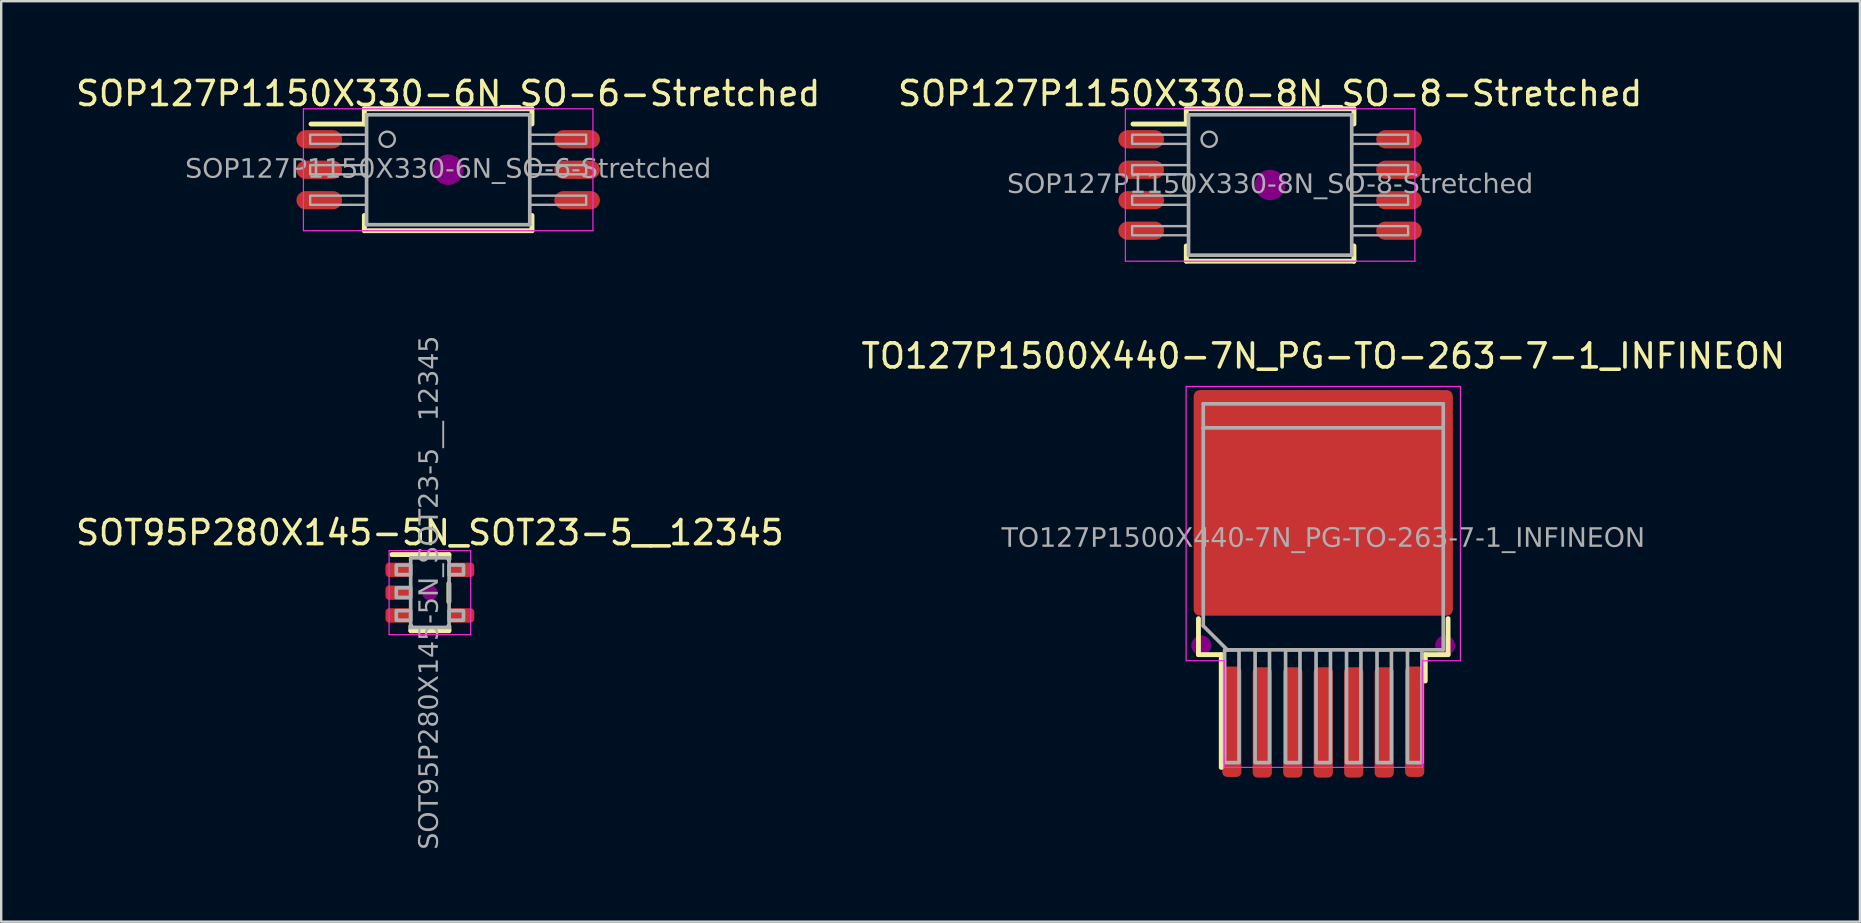
<source format=kicad_pcb>
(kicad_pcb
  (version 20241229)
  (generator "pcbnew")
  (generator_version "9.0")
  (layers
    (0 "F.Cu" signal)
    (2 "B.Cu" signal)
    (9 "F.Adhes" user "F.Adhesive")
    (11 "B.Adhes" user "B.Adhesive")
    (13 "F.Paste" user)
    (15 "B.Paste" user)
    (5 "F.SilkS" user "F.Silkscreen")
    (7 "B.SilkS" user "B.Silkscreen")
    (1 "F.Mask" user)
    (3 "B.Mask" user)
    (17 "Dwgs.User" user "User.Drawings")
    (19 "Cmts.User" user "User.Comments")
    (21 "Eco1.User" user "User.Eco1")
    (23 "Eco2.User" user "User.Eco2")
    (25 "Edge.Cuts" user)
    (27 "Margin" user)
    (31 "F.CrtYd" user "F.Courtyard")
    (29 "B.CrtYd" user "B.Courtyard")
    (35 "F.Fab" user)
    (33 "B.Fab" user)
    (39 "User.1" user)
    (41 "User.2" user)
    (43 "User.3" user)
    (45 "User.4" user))
  (footprint "TO127P1500X440-7N_PG-TO-263-7-1_INFINEON"
    (layer "F.Cu")
    (at 52.089 19.403)
    (property "Reference" "TO127P1500X440-7N_PG-TO-263-7-1_INFINEON" (at 0 -7.62 0) (layer "F.SilkS") (effects (font (size 1 1) (thickness 0.15))))
    (attr smd)
    (fp_line (start -5.2 3.325) (end -5.2 4.825) (stroke (width 0.203) (type solid)) (layer "F.SilkS"))
    (fp_line (start -5.2 4.825) (end -4.25 4.825) (stroke (width 0.203) (type solid)) (layer "F.SilkS"))
    (fp_line (start -4.25 4.825) (end -4.25 9.525) (stroke (width 0.203) (type solid)) (layer "F.SilkS"))
    (fp_line (start 4.25 4.825) (end 4.25 5.925) (stroke (width 0.203) (type solid)) (layer "F.SilkS"))
    (fp_line (start 5.2 3.325) (end 5.2 4.825) (stroke (width 0.203) (type solid)) (layer "F.SilkS"))
    (fp_line (start 5.2 4.825) (end 4.25 4.825) (stroke (width 0.203) (type solid)) (layer "F.SilkS"))
    (fp_circle (center -5.08 4.445) (end -4.763 4.445) (stroke (width 0.203) (type solid)) (fill yes) (layer "F.Adhes"))
    (fp_circle (center 5.08 4.445) (end 5.397 4.445) (stroke (width 0.203) (type solid)) (fill yes) (layer "F.Adhes"))
    (fp_line (start -5.715 -6.35) (end 5.715 -6.35) (stroke (width 0.05) (type default)) (layer "F.CrtYd"))
    (fp_line (start -5.715 5.08) (end -5.715 -6.35) (stroke (width 0.05) (type default)) (layer "F.CrtYd"))
    (fp_line (start -4.128 5.08) (end -5.715 5.08) (stroke (width 0.05) (type default)) (layer "F.CrtYd"))
    (fp_line (start -4.128 9.525) (end -4.128 5.08) (stroke (width 0.05) (type default)) (layer "F.CrtYd"))
    (fp_line (start 4.128 5.08) (end 4.128 9.525) (stroke (width 0.05) (type default)) (layer "F.CrtYd"))
    (fp_line (start 4.128 9.525) (end -4.128 9.525) (stroke (width 0.05) (type default)) (layer "F.CrtYd"))
    (fp_line (start 4.445 5.08) (end 4.128 5.08) (stroke (width 0.05) (type default)) (layer "F.CrtYd"))
    (fp_line (start 5.715 -6.35) (end 5.715 5.08) (stroke (width 0.05) (type default)) (layer "F.CrtYd"))
    (fp_line (start 5.715 5.08) (end 4.445 5.08) (stroke (width 0.05) (type default)) (layer "F.CrtYd"))
    (fp_line (start -5 -5.625) (end 5 -5.625) (stroke (width 0.152) (type solid)) (layer "F.Fab"))
    (fp_line (start -5 -4.625) (end -5 -5.625) (stroke (width 0.152) (type solid)) (layer "F.Fab"))
    (fp_line (start -5 -4.625) (end 5 -4.625) (stroke (width 0.152) (type solid)) (layer "F.Fab"))
    (fp_line (start -5 3.625) (end -5 -4.625) (stroke (width 0.152) (type solid)) (layer "F.Fab"))
    (fp_line (start -4 4.625) (end -5 3.625) (stroke (width 0.152) (type solid)) (layer "F.Fab"))
    (fp_line (start 5 -5.625) (end 5 -4.625) (stroke (width 0.152) (type solid)) (layer "F.Fab"))
    (fp_line (start 5 -4.625) (end 5 4.625) (stroke (width 0.152) (type solid)) (layer "F.Fab"))
    (fp_line (start 5 4.625) (end -4 4.625) (stroke (width 0.152) (type solid)) (layer "F.Fab"))
    (fp_rect (start -4.11 4.625) (end -3.51 9.325) (stroke (width 0.152) (type solid)) (fill no) (layer "F.Fab"))
    (fp_rect (start -2.84 4.625) (end -2.24 9.325) (stroke (width 0.152) (type solid)) (fill no) (layer "F.Fab"))
    (fp_rect (start -1.57 4.625) (end -0.97 9.325) (stroke (width 0.152) (type solid)) (fill no) (layer "F.Fab"))
    (fp_rect (start -0.3 4.625) (end 0.3 9.325) (stroke (width 0.152) (type solid)) (fill no) (layer "F.Fab"))
    (fp_rect (start 0.97 4.625) (end 1.57 9.325) (stroke (width 0.152) (type solid)) (fill no) (layer "F.Fab"))
    (fp_rect (start 2.24 4.625) (end 2.84 9.325) (stroke (width 0.152) (type solid)) (fill no) (layer "F.Fab"))
    (fp_rect (start 3.51 4.625) (end 4.11 9.325) (stroke (width 0.152) (type solid)) (fill no) (layer "F.Fab"))
    (fp_text user "${REFERENCE}" (at 0 0 180) (layer "F.Fab") (effects (font (face "Tahoma") (size 0.8 0.8) (thickness 0.15))))
    (pad "" smd roundrect (at -2.775 -3.925 90) (size 4.55 5.25) (property pad_prop_heatsink) (layers "F.Paste") (roundrect_rratio 0.055))
    (pad "" smd roundrect (at -2.775 0.925 90) (size 4.55 5.25) (property pad_prop_heatsink) (layers "F.Paste") (roundrect_rratio 0.055))
    (pad "" smd roundrect (at 2.775 -3.925 90) (size 4.55 5.25) (property pad_prop_heatsink) (layers "F.Paste") (roundrect_rratio 0.055))
    (pad "" smd roundrect (at 2.775 0.925 90) (size 4.55 5.25) (property pad_prop_heatsink) (layers "F.Paste") (roundrect_rratio 0.055))
    (pad "1" smd roundrect (at -3.81 7.62 90) (size 4.6 0.8) (layers "F.Cu" "F.Mask" "F.Paste") (roundrect_rratio 0.25))
    (pad "2" smd roundrect (at -2.54 7.65 90) (size 4.6 0.8) (layers "F.Cu" "F.Mask" "F.Paste") (roundrect_rratio 0.25))
    (pad "3" smd roundrect (at -1.27 7.65 90) (size 4.6 0.8) (layers "F.Cu" "F.Mask" "F.Paste") (roundrect_rratio 0.25))
    (pad "4" smd roundrect (at 0 -1.5) (size 10.8 9.4) (property pad_prop_heatsink) (layers "F.Cu" "F.Mask") (roundrect_rratio 0.027))
    (pad "4" smd roundrect (at 0 7.65 90) (size 4.6 0.8) (layers "F.Cu" "F.Mask" "F.Paste") (roundrect_rratio 0.25))
    (pad "5" smd roundrect (at 1.27 7.65 90) (size 4.6 0.8) (layers "F.Cu" "F.Mask" "F.Paste") (roundrect_rratio 0.25))
    (pad "6" smd roundrect (at 2.54 7.65 90) (size 4.6 0.8) (layers "F.Cu" "F.Mask" "F.Paste") (roundrect_rratio 0.25))
    (pad "7" smd roundrect (at 3.81 7.62 90) (size 4.6 0.8) (layers "F.Cu" "F.Mask" "F.Paste") (roundrect_rratio 0.25)))
  (footprint "SOP127P1150X330-8N_SO-8-Stretched"
    (layer "F.Cu")
    (at 49.875 4.658)
    (property "Reference" "SOP127P1150X330-8N_SO-8-Stretched" (at 0 -3.81 0) (layer "F.SilkS") (effects (font (size 1 1) (thickness 0.15))))
    (attr smd)
    (fp_line (start -3.493 -2.54) (end -5.715 -2.54) (stroke (width 0.203) (type solid)) (layer "F.SilkS"))
    (fp_line (start -3.493 -2.54) (end -3.493 -3.175) (stroke (width 0.203) (type solid)) (layer "F.SilkS"))
    (fp_line (start -3.493 3.175) (end -3.493 2.54) (stroke (width 0.203) (type solid)) (layer "F.SilkS"))
    (fp_line (start -3.493 3.175) (end 3.493 3.175) (stroke (width 0.203) (type solid)) (layer "F.SilkS"))
    (fp_line (start 3.493 -3.175) (end -3.493 -3.175) (stroke (width 0.203) (type solid)) (layer "F.SilkS"))
    (fp_line (start 3.493 -2.54) (end 3.493 -3.175) (stroke (width 0.203) (type solid)) (layer "F.SilkS"))
    (fp_line (start 3.493 3.175) (end 3.493 2.54) (stroke (width 0.203) (type solid)) (layer "F.SilkS"))
    (fp_circle (center 0 0) (end 0.635 0) (stroke (width 0) (type solid)) (fill yes) (layer "F.Adhes"))
    (fp_line (start -6.032 -3.175) (end -6.032 3.175) (stroke (width 0.05) (type solid)) (layer "F.CrtYd"))
    (fp_line (start -6.032 3.175) (end 6.032 3.175) (stroke (width 0.05) (type solid)) (layer "F.CrtYd"))
    (fp_line (start 6.032 -3.175) (end -6.032 -3.175) (stroke (width 0.05) (type solid)) (layer "F.CrtYd"))
    (fp_line (start 6.032 3.175) (end 6.032 -3.175) (stroke (width 0.05) (type solid)) (layer "F.CrtYd"))
    (fp_line (start -3.4 -2.925) (end 3.4 -2.925) (stroke (width 0.152) (type solid)) (layer "F.Fab"))
    (fp_line (start -3.4 2.925) (end -3.4 -2.925) (stroke (width 0.152) (type solid)) (layer "F.Fab"))
    (fp_line (start -3.4 2.925) (end 3.4 2.925) (stroke (width 0.152) (type solid)) (layer "F.Fab"))
    (fp_line (start 3.4 2.925) (end 3.4 -2.925) (stroke (width 0.152) (type solid)) (layer "F.Fab"))
    (fp_rect (start -5.75 -2.095) (end -3.4 -1.714) (stroke (width 0.1) (type solid)) (fill no) (layer "F.Fab"))
    (fp_rect (start -5.75 -0.826) (end -3.4 -0.445) (stroke (width 0.1) (type solid)) (fill no) (layer "F.Fab"))
    (fp_rect (start -5.75 0.445) (end -3.4 0.826) (stroke (width 0.1) (type solid)) (fill no) (layer "F.Fab"))
    (fp_rect (start -5.75 1.714) (end -3.4 2.095) (stroke (width 0.1) (type solid)) (fill no) (layer "F.Fab"))
    (fp_rect (start 3.4 -1.714) (end 5.75 -2.095) (stroke (width 0.1) (type solid)) (fill no) (layer "F.Fab"))
    (fp_rect (start 3.4 -0.445) (end 5.75 -0.826) (stroke (width 0.1) (type solid)) (fill no) (layer "F.Fab"))
    (fp_rect (start 3.4 0.826) (end 5.75 0.445) (stroke (width 0.1) (type solid)) (fill no) (layer "F.Fab"))
    (fp_rect (start 3.4 2.095) (end 5.75 1.714) (stroke (width 0.1) (type solid)) (fill no) (layer "F.Fab"))
    (fp_circle (center -2.54 -1.905) (end -2.223 -1.905) (stroke (width 0.1) (type solid)) (fill no) (layer "F.Fab"))
    (fp_text user "${REFERENCE}" (at 0 0 180) (layer "F.Fab") (effects (font (face "Tahoma") (size 0.8 0.8) (thickness 0.15))))
    (pad "1" smd roundrect (at -5.372 -1.905) (size 1.905 0.76) (layers "F.Cu" "F.Mask" "F.Paste") (roundrect_rratio 0.5))
    (pad "2" smd roundrect (at -5.372 -0.635) (size 1.905 0.76) (layers "F.Cu" "F.Mask" "F.Paste") (roundrect_rratio 0.5))
    (pad "3" smd roundrect (at -5.372 0.635) (size 1.905 0.76) (layers "F.Cu" "F.Mask" "F.Paste") (roundrect_rratio 0.5))
    (pad "4" smd roundrect (at -5.372 1.905) (size 1.905 0.76) (layers "F.Cu" "F.Mask" "F.Paste") (roundrect_rratio 0.5))
    (pad "5" smd roundrect (at 5.372 1.905) (size 1.905 0.76) (layers "F.Cu" "F.Mask" "F.Paste") (roundrect_rratio 0.5))
    (pad "6" smd roundrect (at 5.372 0.635) (size 1.905 0.76) (layers "F.Cu" "F.Mask" "F.Paste") (roundrect_rratio 0.5))
    (pad "7" smd roundrect (at 5.372 -0.635) (size 1.905 0.76) (layers "F.Cu" "F.Mask" "F.Paste") (roundrect_rratio 0.5))
    (pad "8" smd roundrect (at 5.372 -1.905) (size 1.905 0.76) (layers "F.Cu" "F.Mask" "F.Paste") (roundrect_rratio 0.5)))
  (footprint "SOP127P1150X330-6N_SO-6-Stretched"
    (layer "F.Cu")
    (at 15.625 4.023)
    (property "Reference" "SOP127P1150X330-6N_SO-6-Stretched" (at 0 -3.175 0) (layer "F.SilkS") (effects (font (size 1 1) (thickness 0.15))))
    (attr smd)
    (fp_line (start -3.493 -1.905) (end -5.715 -1.905) (stroke (width 0.203) (type solid)) (layer "F.SilkS"))
    (fp_line (start -3.493 -1.905) (end -3.493 -2.54) (stroke (width 0.203) (type solid)) (layer "F.SilkS"))
    (fp_line (start -3.493 2.54) (end -3.493 1.905) (stroke (width 0.203) (type solid)) (layer "F.SilkS"))
    (fp_line (start -3.493 2.54) (end 3.493 2.54) (stroke (width 0.203) (type solid)) (layer "F.SilkS"))
    (fp_line (start 3.493 -2.54) (end -3.493 -2.54) (stroke (width 0.203) (type solid)) (layer "F.SilkS"))
    (fp_line (start 3.493 -1.905) (end 3.493 -2.54) (stroke (width 0.203) (type solid)) (layer "F.SilkS"))
    (fp_line (start 3.493 2.54) (end 3.493 1.905) (stroke (width 0.203) (type solid)) (layer "F.SilkS"))
    (fp_circle (center 0 0) (end 0.635 0) (stroke (width 0) (type solid)) (fill yes) (layer "F.Adhes"))
    (fp_line (start -6.032 -2.54) (end -6.032 2.54) (stroke (width 0.05) (type solid)) (layer "F.CrtYd"))
    (fp_line (start -6.032 2.54) (end 6.032 2.54) (stroke (width 0.05) (type solid)) (layer "F.CrtYd"))
    (fp_line (start 6.032 -2.54) (end -6.032 -2.54) (stroke (width 0.05) (type solid)) (layer "F.CrtYd"))
    (fp_line (start 6.032 2.54) (end 6.032 -2.54) (stroke (width 0.05) (type solid)) (layer "F.CrtYd"))
    (fp_line (start -3.4 -2.29) (end 3.4 -2.29) (stroke (width 0.152) (type solid)) (layer "F.Fab"))
    (fp_line (start -3.4 2.29) (end -3.4 -2.29) (stroke (width 0.152) (type solid)) (layer "F.Fab"))
    (fp_line (start -3.4 2.29) (end 3.4 2.29) (stroke (width 0.152) (type solid)) (layer "F.Fab"))
    (fp_line (start 3.4 2.29) (end 3.4 -2.29) (stroke (width 0.152) (type solid)) (layer "F.Fab"))
    (fp_rect (start -5.75 -1.46) (end -3.4 -1.079) (stroke (width 0.1) (type solid)) (fill no) (layer "F.Fab"))
    (fp_rect (start -5.75 -0.191) (end -3.4 0.191) (stroke (width 0.1) (type solid)) (fill no) (layer "F.Fab"))
    (fp_rect (start -5.75 1.079) (end -3.4 1.46) (stroke (width 0.1) (type solid)) (fill no) (layer "F.Fab"))
    (fp_rect (start 3.4 -1.079) (end 5.75 -1.46) (stroke (width 0.1) (type solid)) (fill no) (layer "F.Fab"))
    (fp_rect (start 3.4 0.191) (end 5.75 -0.191) (stroke (width 0.1) (type solid)) (fill no) (layer "F.Fab"))
    (fp_rect (start 3.4 1.46) (end 5.75 1.079) (stroke (width 0.1) (type solid)) (fill no) (layer "F.Fab"))
    (fp_circle (center -2.54 -1.27) (end -2.223 -1.27) (stroke (width 0.1) (type solid)) (fill no) (layer "F.Fab"))
    (fp_text user "${REFERENCE}" (at 0 0 180) (layer "F.Fab") (effects (font (face "Tahoma") (size 0.8 0.8) (thickness 0.15))))
    (pad "1" smd roundrect (at -5.372 -1.27) (size 1.905 0.76) (layers "F.Cu" "F.Mask" "F.Paste") (roundrect_rratio 0.5))
    (pad "2" smd roundrect (at -5.372 0) (size 1.905 0.76) (layers "F.Cu" "F.Mask" "F.Paste") (roundrect_rratio 0.5))
    (pad "3" smd roundrect (at -5.372 1.27) (size 1.905 0.76) (layers "F.Cu" "F.Mask" "F.Paste") (roundrect_rratio 0.5))
    (pad "4" smd roundrect (at 5.372 1.27) (size 1.905 0.76) (layers "F.Cu" "F.Mask" "F.Paste") (roundrect_rratio 0.5))
    (pad "5" smd roundrect (at 5.372 0) (size 1.905 0.76) (layers "F.Cu" "F.Mask" "F.Paste") (roundrect_rratio 0.5))
    (pad "6" smd roundrect (at 5.372 -1.27) (size 1.905 0.76) (layers "F.Cu" "F.Mask" "F.Paste") (roundrect_rratio 0.5)))
  (footprint "SOT95P280X145-5N_SOT23-5__12345"
    (layer "F.Cu")
    (at 14.863 21.645)
    (property "Reference" "SOT95P280X145-5N_SOT23-5__12345" (at 0 -2.5 0) (layer "F.SilkS") (effects (font (size 1 1) (thickness 0.15))))
    (attr smd)
    (fp_line (start -0.792 1.397) (end -0.792 1.587) (stroke (width 0.203) (type solid)) (layer "F.SilkS"))
    (fp_line (start -0.792 1.587) (end 0 1.587) (stroke (width 0.203) (type solid)) (layer "F.SilkS"))
    (fp_line (start -0.249 -1.587) (end -1.587 -1.587) (stroke (width 0.203) (type solid)) (layer "F.SilkS"))
    (fp_line (start 0.792 -1.587) (end -0.249 -1.587) (stroke (width 0.203) (type solid)) (layer "F.SilkS"))
    (fp_line (start 0.792 -1.587) (end 0.792 -1.397) (stroke (width 0.203) (type solid)) (layer "F.SilkS"))
    (fp_line (start 0.792 -0.381) (end 0.792 0.381) (stroke (width 0.203) (type solid)) (layer "F.SilkS"))
    (fp_line (start 0.792 1.397) (end 0.792 1.587) (stroke (width 0.203) (type solid)) (layer "F.SilkS"))
    (fp_line (start 0.792 1.587) (end 0 1.587) (stroke (width 0.203) (type solid)) (layer "F.SilkS"))
    (fp_circle (center 0 0) (end 0.318 0) (stroke (width 0) (type solid)) (fill yes) (layer "F.Adhes"))
    (fp_line (start -1.7 -1.75) (end 1.7 -1.75) (stroke (width 0.05) (type solid)) (layer "F.CrtYd"))
    (fp_line (start -1.7 1.75) (end -1.7 -1.75) (stroke (width 0.05) (type solid)) (layer "F.CrtYd"))
    (fp_line (start 1.7 -1.75) (end 1.7 1.75) (stroke (width 0.05) (type solid)) (layer "F.CrtYd"))
    (fp_line (start 1.7 1.75) (end -1.7 1.75) (stroke (width 0.05) (type solid)) (layer "F.CrtYd"))
    (fp_line (start -0.8 -1.45) (end -0.8 1.45) (stroke (width 0.152) (type solid)) (layer "F.Fab"))
    (fp_line (start -0.8 1.45) (end 0.8 1.45) (stroke (width 0.152) (type solid)) (layer "F.Fab"))
    (fp_line (start 0.8 -1.45) (end -0.8 -1.45) (stroke (width 0.152) (type solid)) (layer "F.Fab"))
    (fp_line (start 0.8 1.45) (end 0.8 -1.45) (stroke (width 0.152) (type solid)) (layer "F.Fab"))
    (fp_rect (start -1.4 -1.15) (end -0.8 -0.75) (stroke (width 0.152) (type solid)) (fill no) (layer "F.Fab"))
    (fp_rect (start -1.4 -0.2) (end -0.8 0.2) (stroke (width 0.152) (type solid)) (fill no) (layer "F.Fab"))
    (fp_rect (start -1.4 0.75) (end -0.8 1.15) (stroke (width 0.152) (type solid)) (fill no) (layer "F.Fab"))
    (fp_rect (start 1.4 -0.75) (end 0.8 -1.15) (stroke (width 0.152) (type solid)) (fill no) (layer "F.Fab"))
    (fp_rect (start 1.4 1.15) (end 0.8 0.75) (stroke (width 0.152) (type solid)) (fill no) (layer "F.Fab"))
    (fp_text user "${REFERENCE}" (at 0 0 90) (layer "F.Fab") (effects (font (face "Tahoma") (size 0.8 0.8) (thickness 0.06))))
    (pad "1" smd roundrect (at -1.3 -0.95) (size 1.1 0.6) (layers "F.Cu" "F.Mask" "F.Paste") (roundrect_rratio 0.25))
    (pad "2" smd roundrect (at -1.3 0) (size 1.1 0.6) (layers "F.Cu" "F.Mask" "F.Paste") (roundrect_rratio 0.25))
    (pad "3" smd roundrect (at -1.3 0.95) (size 1.1 0.6) (layers "F.Cu" "F.Mask" "F.Paste") (roundrect_rratio 0.25))
    (pad "4" smd roundrect (at 1.3 0.95) (size 1.1 0.6) (layers "F.Cu" "F.Mask" "F.Paste") (roundrect_rratio 0.25))
    (pad "5" smd roundrect (at 1.3 -0.95) (size 1.1 0.6) (layers "F.Cu" "F.Mask" "F.Paste") (roundrect_rratio 0.25)))
  (gr_rect
    (start -3 -3)
    (end 74.452 35.356)
    (stroke (width 0.1) (type default))
    (fill no)
    (layer "Edge.Cuts")))
</source>
